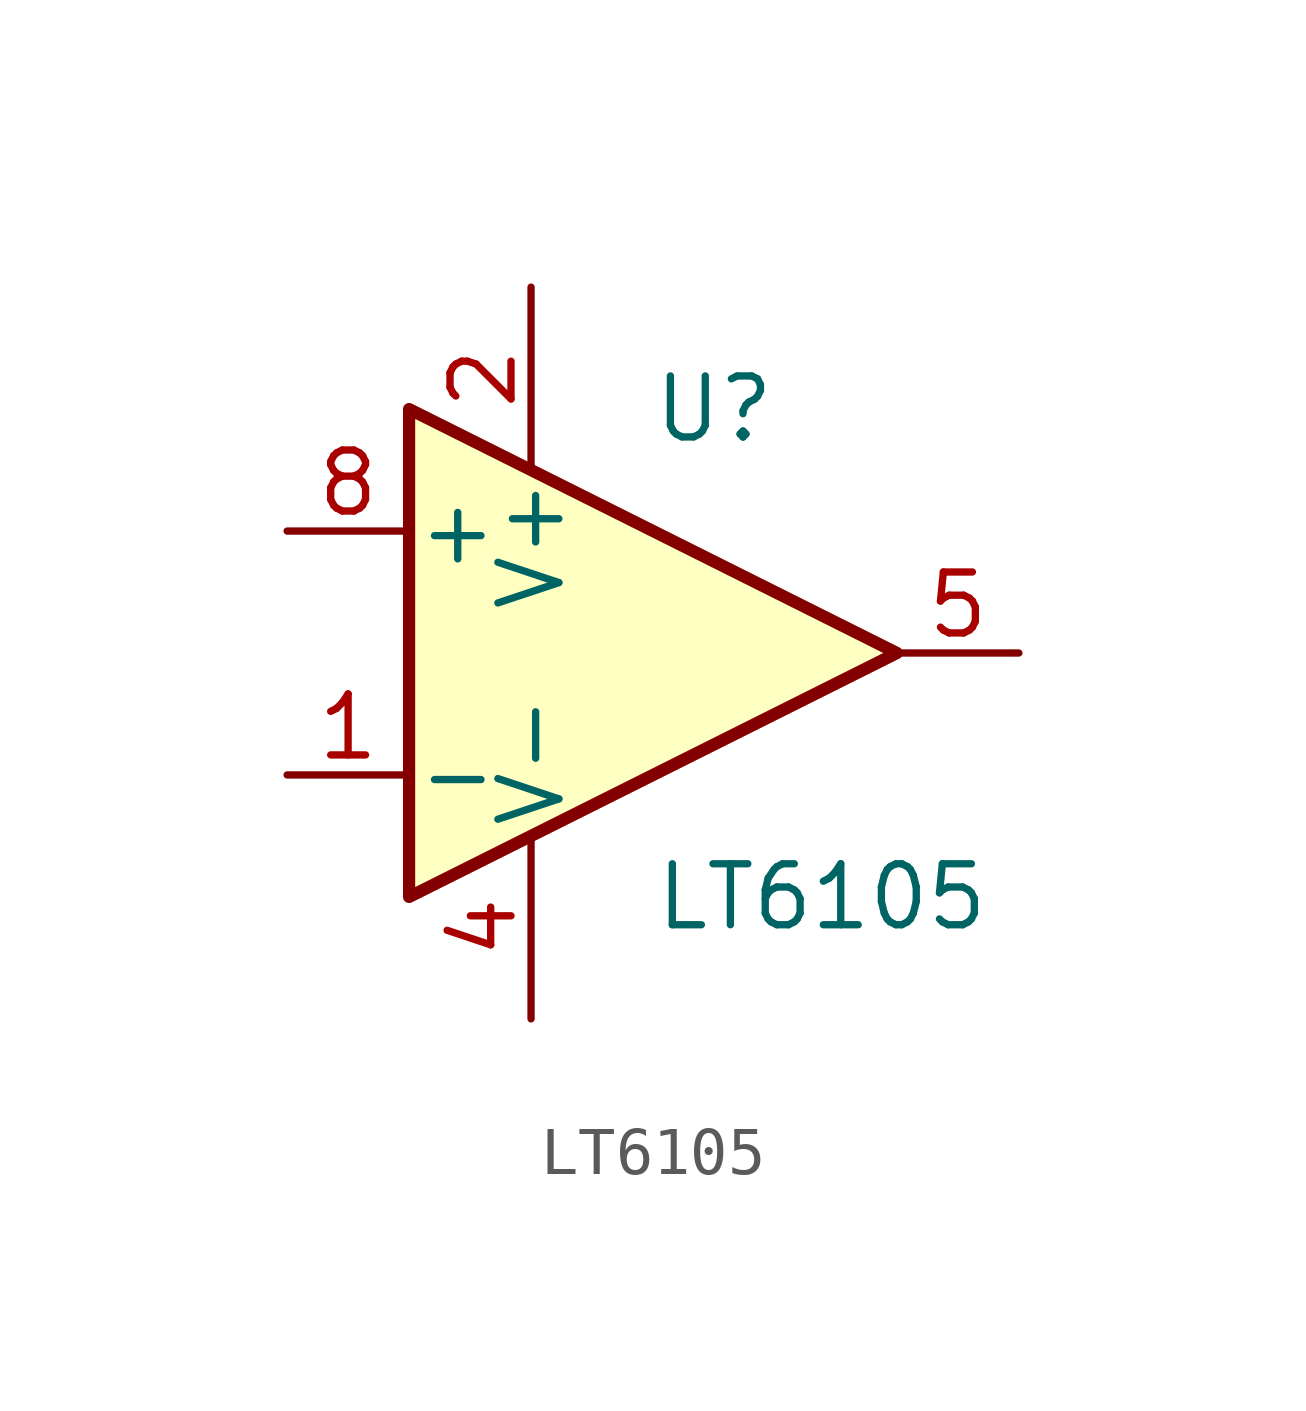
<source format=kicad_sym>
(kicad_symbol_lib
  (version 20210619)
  (generator kicad_symbol_editor)
  (symbol "dual_LT6105_lib:LT6105"
    (pin_names
      (offset 0.127))
    (property "Reference" "U"
      (at 1.27 5.08 0)
      (effects (font (size 1.27 1.27))))
    (property "Value" "LT6105"
      (at 0 -5.08 0)
      (effects (font (size 1.27 1.27)) (justify left)))
    (symbol "LT6105_0_1"
      (polyline (pts (xy -5.08 5.08) (xy 5.08 0) (xy -5.08 -5.08) (xy -5.08 5.08)) (stroke (width 0.254)) (fill (type background))))
    (symbol "LT6105_1_1"
      (pin input line (at -7.62 -2.54 0) (length 2.54) (name "-" (effects (font (size 1.27 1.27)))) (number "1" (effects (font (size 1.27 1.27)))))
      (pin power_in line (at -2.54 7.62 270) (length 3.81) (name "V+" (effects (font (size 1.27 1.27)))) (number "2" (effects (font (size 1.27 1.27)))))
      (pin power_in line (at -2.54 -7.62 90) (length 3.81) (name "V-" (effects (font (size 1.27 1.27)))) (number "4" (effects (font (size 1.27 1.27)))))
      (pin open_collector line (at 7.62 0 180) (length 2.54) (name "~" (effects (font (size 1.27 1.27)))) (number "5" (effects (font (size 1.27 1.27)))))
      (pin input line (at -7.62 2.54 0) (length 2.54) (name "+" (effects (font (size 1.27 1.27)))) (number "8" (effects (font (size 1.27 1.27))))))))
</source>
